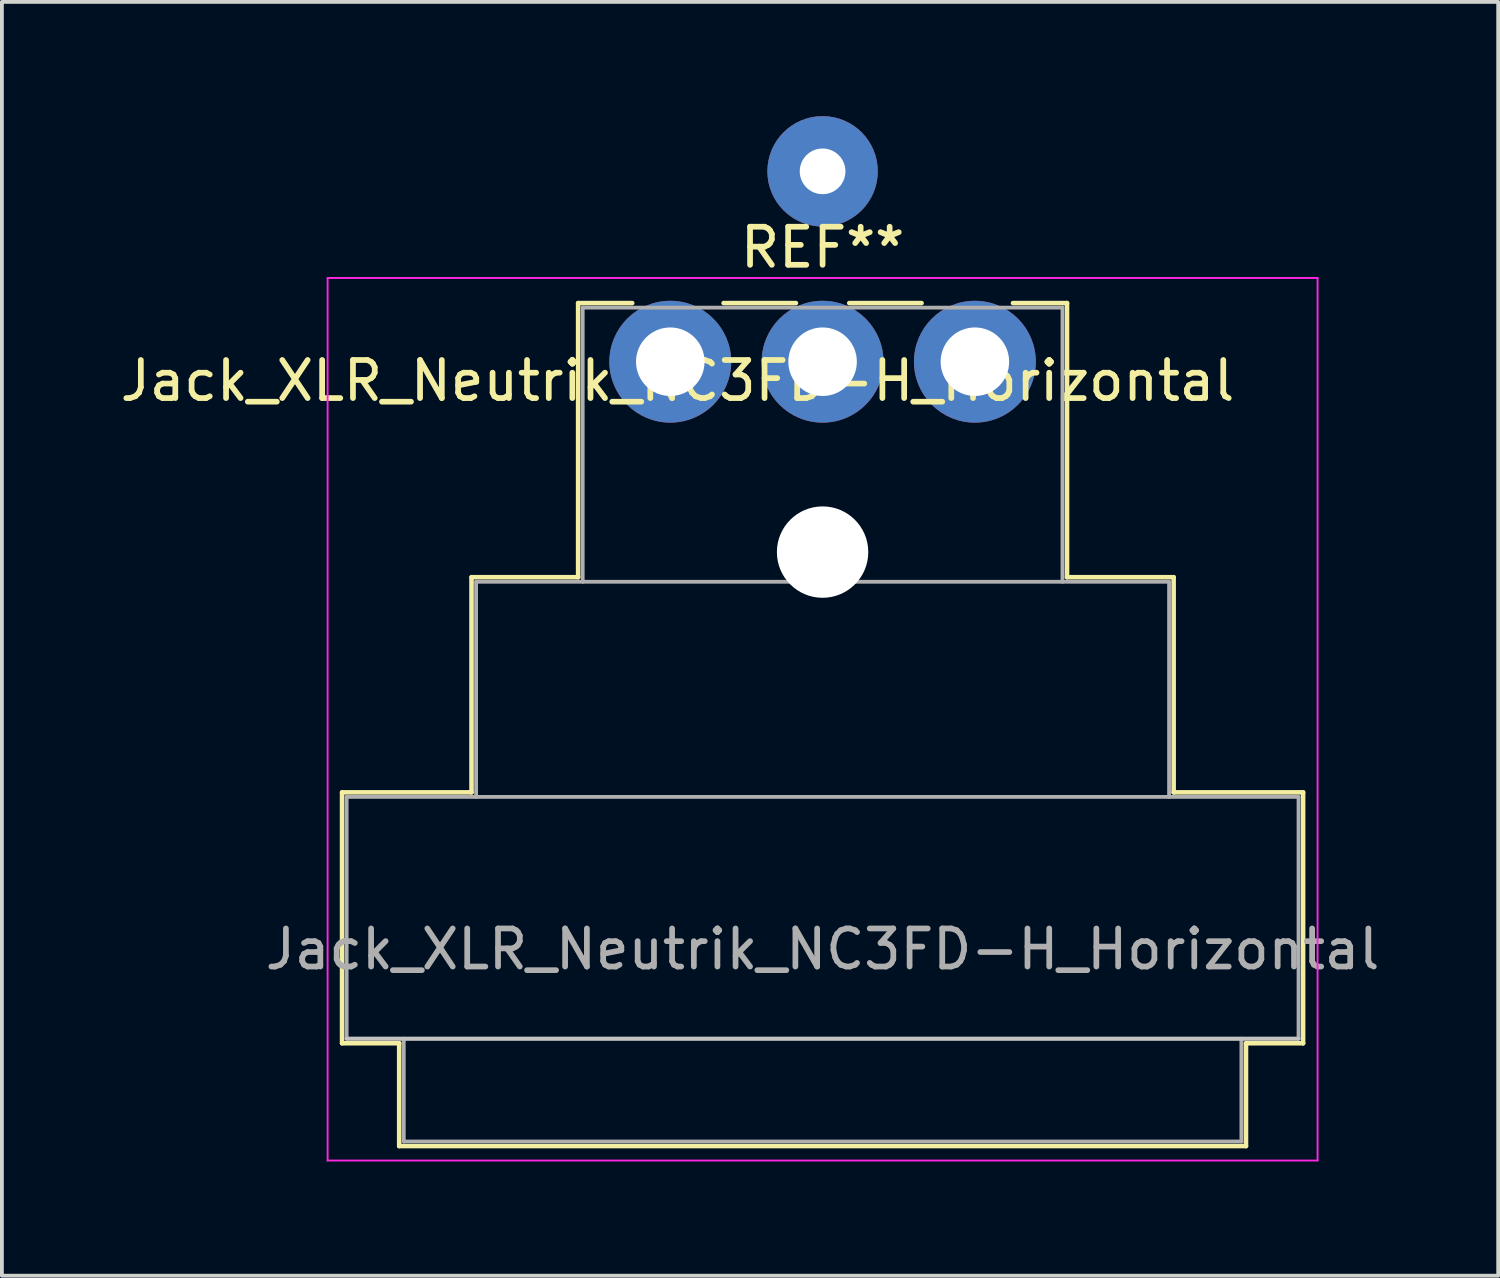
<source format=kicad_pcb>
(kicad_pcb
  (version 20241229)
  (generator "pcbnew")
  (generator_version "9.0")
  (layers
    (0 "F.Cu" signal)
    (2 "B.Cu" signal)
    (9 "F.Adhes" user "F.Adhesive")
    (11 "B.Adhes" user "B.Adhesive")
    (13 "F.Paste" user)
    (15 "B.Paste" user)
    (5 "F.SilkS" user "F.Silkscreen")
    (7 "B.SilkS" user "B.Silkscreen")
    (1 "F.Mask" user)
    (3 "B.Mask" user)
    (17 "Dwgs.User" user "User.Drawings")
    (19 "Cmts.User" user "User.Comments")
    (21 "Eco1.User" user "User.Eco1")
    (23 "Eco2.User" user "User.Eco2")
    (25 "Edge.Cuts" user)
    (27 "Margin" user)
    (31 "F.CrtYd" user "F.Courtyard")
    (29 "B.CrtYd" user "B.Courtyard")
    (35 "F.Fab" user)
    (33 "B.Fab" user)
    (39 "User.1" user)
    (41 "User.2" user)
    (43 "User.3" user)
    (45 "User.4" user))
  (footprint "Jack_XLR_Neutrik_NC3FD-H_Horizontal"
    (layer "F.Cu")
    (at 18.554 6.45)
    (property "Reference" "Jack_XLR_Neutrik_NC3FD-H_Horizontal" (at -3.81 0.5 0) (layer "F.SilkS") (effects (font (size 1 1) (thickness 0.15))))
    (attr through_hole)
    (fp_line (start -12.62 11.31) (end -9.22 11.31) (stroke (width 0.12) (type solid)) (layer "F.SilkS"))
    (fp_line (start -12.62 17.9) (end -12.62 11.31) (stroke (width 0.12) (type solid)) (layer "F.SilkS"))
    (fp_line (start -11.12 17.9) (end -12.62 17.9) (stroke (width 0.12) (type solid)) (layer "F.SilkS"))
    (fp_line (start -11.12 17.9) (end -11.12 20.6) (stroke (width 0.12) (type solid)) (layer "F.SilkS"))
    (fp_line (start -9.22 11.31) (end -9.22 5.66) (stroke (width 0.12) (type solid)) (layer "F.SilkS"))
    (fp_line (start -6.42 5.66) (end -9.22 5.66) (stroke (width 0.12) (type solid)) (layer "F.SilkS"))
    (fp_line (start -6.42 5.66) (end -6.42 -1.54) (stroke (width 0.12) (type solid)) (layer "F.SilkS"))
    (fp_line (start -5 -1.54) (end -6.42 -1.54) (stroke (width 0.12) (type solid)) (layer "F.SilkS"))
    (fp_line (start -0.7 -1.54) (end -2.6 -1.54) (stroke (width 0.12) (type solid)) (layer "F.SilkS"))
    (fp_line (start 0.7 -1.54) (end 2.6 -1.54) (stroke (width 0.12) (type solid)) (layer "F.SilkS"))
    (fp_line (start 6.42 -1.54) (end 5 -1.54) (stroke (width 0.12) (type solid)) (layer "F.SilkS"))
    (fp_line (start 6.42 5.66) (end 6.42 -1.54) (stroke (width 0.12) (type solid)) (layer "F.SilkS"))
    (fp_line (start 6.42 5.66) (end 9.22 5.66) (stroke (width 0.12) (type solid)) (layer "F.SilkS"))
    (fp_line (start 9.22 11.31) (end 9.22 5.66) (stroke (width 0.12) (type solid)) (layer "F.SilkS"))
    (fp_line (start 9.22 11.31) (end 12.62 11.31) (stroke (width 0.12) (type solid)) (layer "F.SilkS"))
    (fp_line (start 11.12 17.9) (end 11.12 20.6) (stroke (width 0.12) (type solid)) (layer "F.SilkS"))
    (fp_line (start 11.12 20.6) (end -11.12 20.6) (stroke (width 0.12) (type solid)) (layer "F.SilkS"))
    (fp_line (start 12.62 17.9) (end 11.12 17.9) (stroke (width 0.12) (type solid)) (layer "F.SilkS"))
    (fp_line (start 12.62 17.9) (end 12.62 11.31) (stroke (width 0.12) (type solid)) (layer "F.SilkS"))
    (fp_line (start 12.5 17.78) (end -12.5 17.78) (stroke (width 0.1) (type solid)) (layer "Dwgs.User"))
    (fp_line (start -13 20.98) (end -13 -2.2) (stroke (width 0.05) (type solid)) (layer "F.CrtYd"))
    (fp_line (start 13 -2.2) (end -13 -2.2) (stroke (width 0.05) (type solid)) (layer "F.CrtYd"))
    (fp_line (start 13 20.98) (end -13 20.98) (stroke (width 0.05) (type solid)) (layer "F.CrtYd"))
    (fp_line (start 13 20.98) (end 13 -2.2) (stroke (width 0.05) (type solid)) (layer "F.CrtYd"))
    (fp_line (start -12.5 11.43) (end 12.5 11.43) (stroke (width 0.1) (type solid)) (layer "F.Fab"))
    (fp_line (start -12.5 17.78) (end -12.5 11.43) (stroke (width 0.1) (type solid)) (layer "F.Fab"))
    (fp_line (start -11 20.48) (end -11 17.78) (stroke (width 0.1) (type solid)) (layer "F.Fab"))
    (fp_line (start -9.1 5.78) (end -9.1 11.43) (stroke (width 0.1) (type solid)) (layer "F.Fab"))
    (fp_line (start -9.1 5.78) (end 9.1 5.78) (stroke (width 0.1) (type solid)) (layer "F.Fab"))
    (fp_line (start -6.3 5.78) (end -6.3 -1.42) (stroke (width 0.1) (type solid)) (layer "F.Fab"))
    (fp_line (start 6.3 -1.42) (end -6.3 -1.42) (stroke (width 0.1) (type solid)) (layer "F.Fab"))
    (fp_line (start 6.3 5.78) (end 6.3 -1.42) (stroke (width 0.1) (type solid)) (layer "F.Fab"))
    (fp_line (start 9.1 11.43) (end 9.1 5.78) (stroke (width 0.1) (type solid)) (layer "F.Fab"))
    (fp_line (start 11 17.78) (end 11 20.48) (stroke (width 0.1) (type solid)) (layer "F.Fab"))
    (fp_line (start 11 20.48) (end -11 20.48) (stroke (width 0.1) (type solid)) (layer "F.Fab"))
    (fp_line (start 12.5 11.43) (end 12.5 17.78) (stroke (width 0.1) (type solid)) (layer "F.Fab"))
    (fp_line (start 12.5 17.78) (end -12.5 17.78) (stroke (width 0.1) (type solid)) (layer "F.Fab"))
    (fp_text user "REF**" (at 0 -3 0) (layer "F.SilkS") (effects (font (size 1 1) (thickness 0.15))))
    (fp_text user "${REFERENCE}" (at 0 15.43 0) (layer "F.Fab") (effects (font (size 1 1) (thickness 0.15))))
    (pad "" np_thru_hole circle (at 0 5) (size 2.4 2.4) (drill 2.4) (layers "*.Cu" "*.Mask"))
    (pad "1" thru_hole circle (at 4 0) (size 3.2 3.2) (drill 1.8) (layers "*.Cu" "*.Mask"))
    (pad "2" thru_hole circle (at -4 0) (size 3.2 3.2) (drill 1.8) (layers "*.Cu" "*.Mask"))
    (pad "3" thru_hole circle (at 0 0) (size 3.2 3.2) (drill 1.8) (layers "*.Cu" "*.Mask"))
    (pad "G" thru_hole circle (at 0 -5) (size 2.9 2.9) (drill 1.2) (layers "*.Cu" "*.Mask")))
  (gr_rect
    (start -3 -3)
    (end 36.298 30.455)
    (stroke (width 0.1) (type default))
    (fill no)
    (layer "Edge.Cuts")))
</source>
